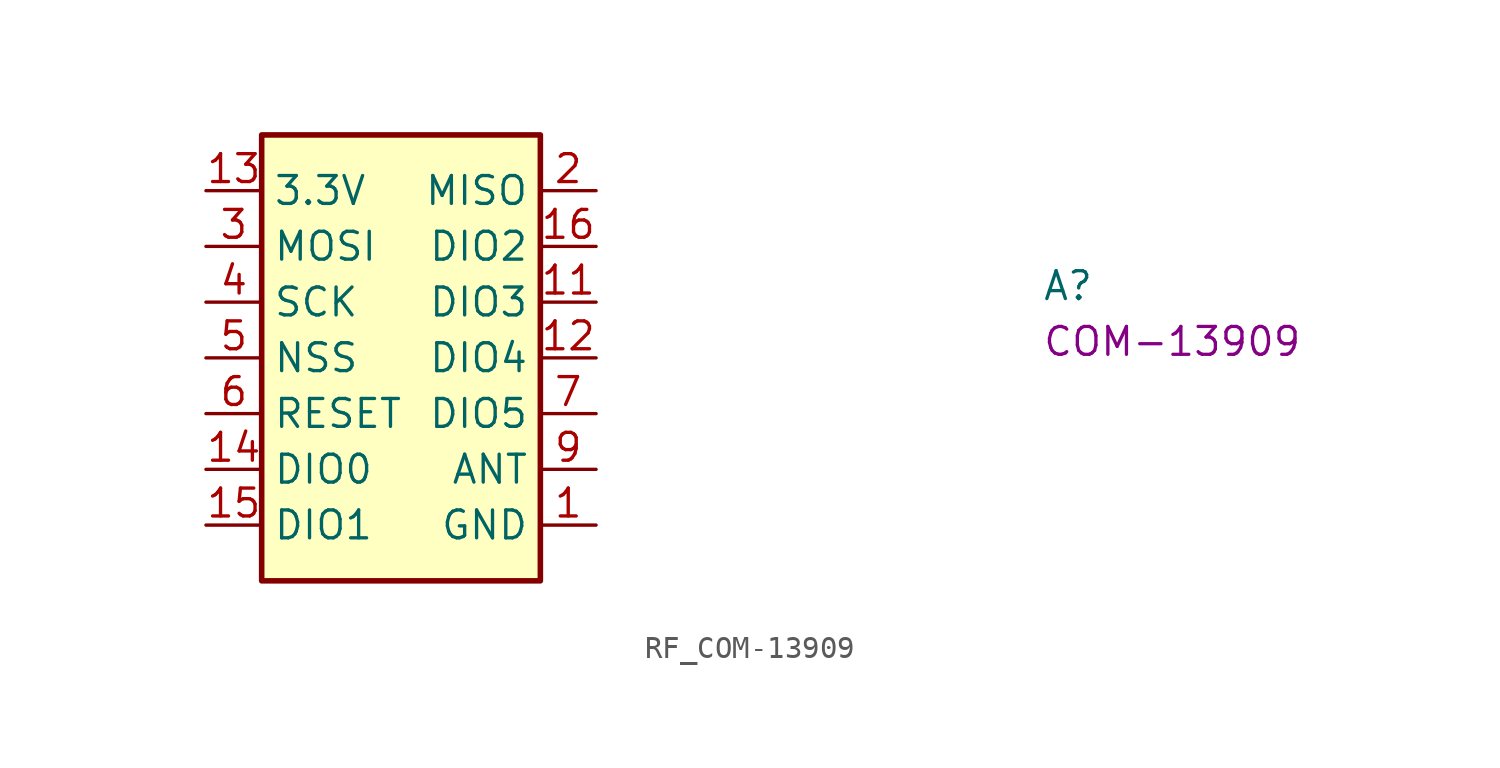
<source format=kicad_sym>
(kicad_symbol_lib
  (version 20220914)
  (generator kicad_symbol_editor)
  (symbol "RF_COM-13909"
    (property "Reference" "A"
      (at 38.1 -5.08 0)
      (effects (font (size 1.27 1.27) (thickness 0.15)) (justify left bottom)))
    (property "MPN" "COM-13909"
      (at 38.1 -7.62 0)
      (effects (font (size 1.27 1.27) (thickness 0.15)) (justify left bottom)))
    (symbol "RF_COM-13909_1_1"
      (rectangle (start 2.54 2.54) (end 15.24 -17.78) (stroke (width 0.254) (type default)) (fill (type background)))
      (pin power_in line (at 17.78 -15.24 180) (length 2.54) (name "GND" (effects (font (size 1.27 1.27)))) (number "1" (effects (font (size 1.27 1.27)))))
      (pin passive line (at 17.78 -15.24 180) (length 2.54) hide (name "GND" (effects (font (size 1.27 1.27)))) (number "10" (effects (font (size 1.27 1.27)))))
      (pin bidirectional line (at 17.78 -5.08 180) (length 2.54) (name "DIO3" (effects (font (size 1.27 1.27)))) (number "11" (effects (font (size 1.27 1.27)))))
      (pin bidirectional line (at 17.78 -7.62 180) (length 2.54) (name "DIO4" (effects (font (size 1.27 1.27)))) (number "12" (effects (font (size 1.27 1.27)))))
      (pin power_in line (at 0 0 0) (length 2.54) (name "3.3V" (effects (font (size 1.27 1.27)))) (number "13" (effects (font (size 1.27 1.27)))))
      (pin bidirectional line (at 0 -12.7 0) (length 2.54) (name "DIO0" (effects (font (size 1.27 1.27)))) (number "14" (effects (font (size 1.27 1.27)))))
      (pin bidirectional line (at 0 -15.24 0) (length 2.54) (name "DIO1" (effects (font (size 1.27 1.27)))) (number "15" (effects (font (size 1.27 1.27)))))
      (pin bidirectional line (at 17.78 -2.54 180) (length 2.54) (name "DIO2" (effects (font (size 1.27 1.27)))) (number "16" (effects (font (size 1.27 1.27)))))
      (pin output line (at 17.78 0 180) (length 2.54) (name "MISO" (effects (font (size 1.27 1.27)))) (number "2" (effects (font (size 1.27 1.27)))))
      (pin input line (at 0 -2.54 0) (length 2.54) (name "MOSI" (effects (font (size 1.27 1.27)))) (number "3" (effects (font (size 1.27 1.27)))))
      (pin input line (at 0 -5.08 0) (length 2.54) (name "SCK" (effects (font (size 1.27 1.27)))) (number "4" (effects (font (size 1.27 1.27)))))
      (pin input line (at 0 -7.62 0) (length 2.54) (name "NSS" (effects (font (size 1.27 1.27)))) (number "5" (effects (font (size 1.27 1.27)))))
      (pin input line (at 0 -10.16 0) (length 2.54) (name "RESET" (effects (font (size 1.27 1.27)))) (number "6" (effects (font (size 1.27 1.27)))))
      (pin bidirectional line (at 17.78 -10.16 180) (length 2.54) (name "DIO5" (effects (font (size 1.27 1.27)))) (number "7" (effects (font (size 1.27 1.27)))))
      (pin passive line (at 17.78 -15.24 180) (length 2.54) hide (name "GND" (effects (font (size 1.27 1.27)))) (number "8" (effects (font (size 1.27 1.27)))))
      (pin bidirectional line (at 17.78 -12.7 180) (length 2.54) (name "ANT" (effects (font (size 1.27 1.27)))) (number "9" (effects (font (size 1.27 1.27))))))))
</source>
